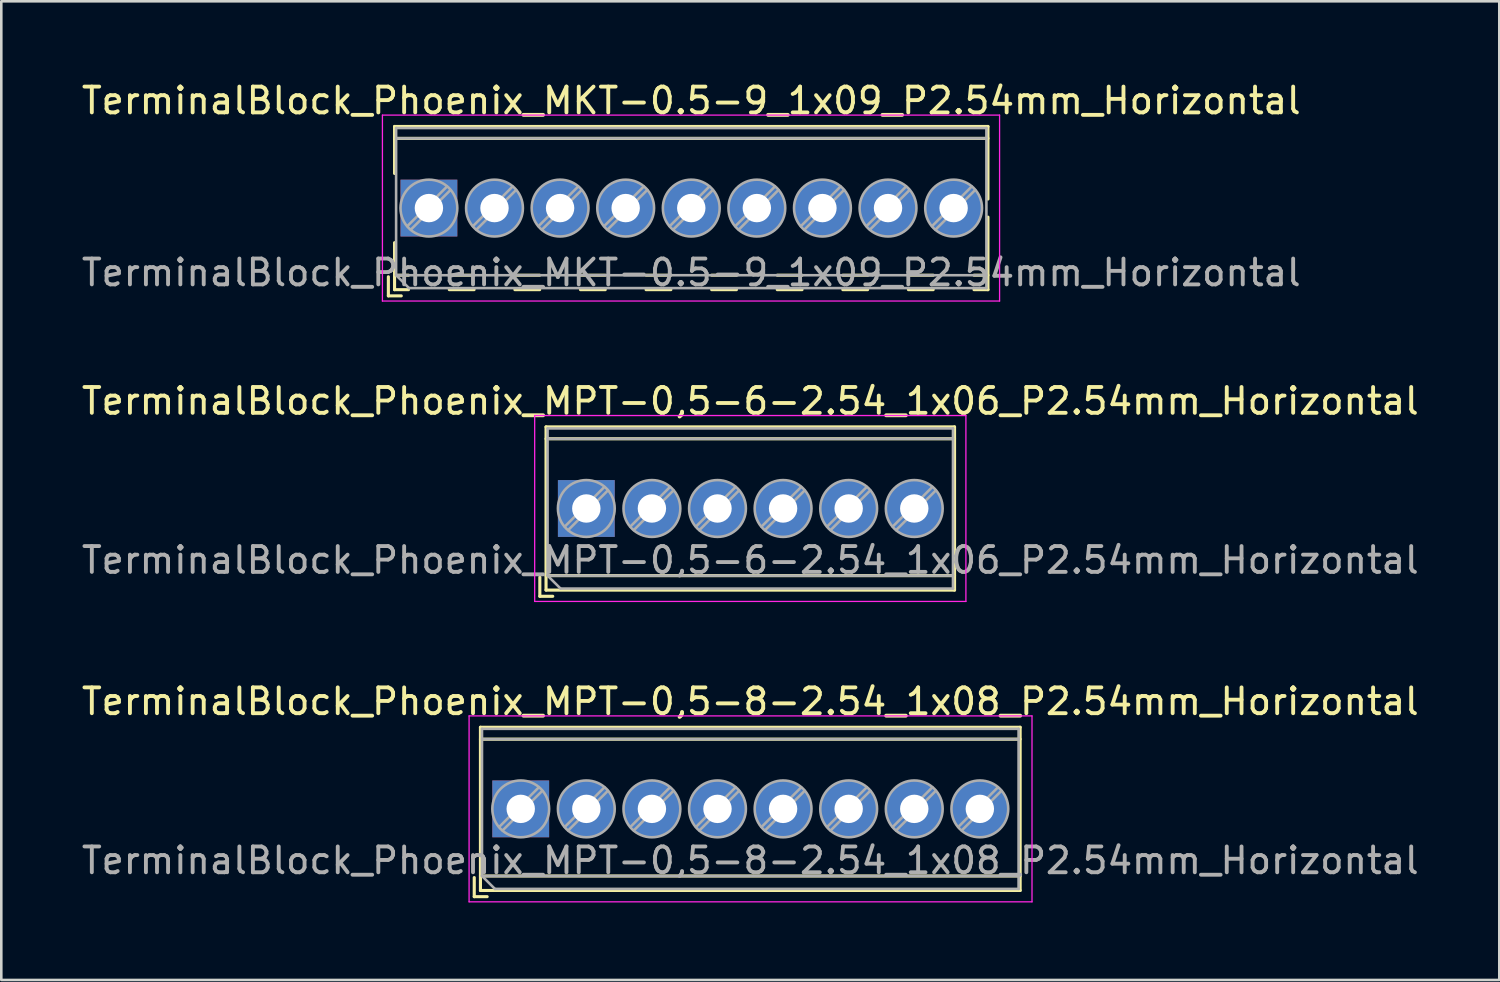
<source format=kicad_pcb>
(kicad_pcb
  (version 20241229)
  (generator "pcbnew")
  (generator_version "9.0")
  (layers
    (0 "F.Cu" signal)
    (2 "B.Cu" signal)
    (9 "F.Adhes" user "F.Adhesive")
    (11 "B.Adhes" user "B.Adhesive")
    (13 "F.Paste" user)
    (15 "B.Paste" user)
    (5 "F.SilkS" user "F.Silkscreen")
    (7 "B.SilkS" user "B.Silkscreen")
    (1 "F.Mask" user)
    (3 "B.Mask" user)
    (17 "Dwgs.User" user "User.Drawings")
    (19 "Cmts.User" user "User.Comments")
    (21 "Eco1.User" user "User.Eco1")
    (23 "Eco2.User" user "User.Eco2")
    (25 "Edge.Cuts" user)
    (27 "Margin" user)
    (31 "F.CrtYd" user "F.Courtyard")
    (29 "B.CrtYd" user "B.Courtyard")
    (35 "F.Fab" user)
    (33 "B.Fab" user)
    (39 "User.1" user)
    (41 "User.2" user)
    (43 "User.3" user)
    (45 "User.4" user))
  (footprint "TerminalBlock_Phoenix_MKT-0.5-9_1x09_P2.54mm_Horizontal"
    (layer "F.Cu")
    (at 13.56 5.008)
    (property "Reference" "TerminalBlock_Phoenix_MKT-0.5-9_1x09_P2.54mm_Horizontal" (at 10.16 -4.16 0) (layer "F.SilkS") (effects (font (size 1 1) (thickness 0.15))))
    (attr through_hole)
    (fp_line (start -1.57 2.66) (end -1.57 3.4) (stroke (width 0.12) (type solid)) (layer "F.SilkS"))
    (fp_line (start -1.57 3.4) (end -1.07 3.4) (stroke (width 0.12) (type solid)) (layer "F.SilkS"))
    (fp_line (start -1.33 -3.16) (end -1.33 -1.34) (stroke (width 0.12) (type solid)) (layer "F.SilkS"))
    (fp_line (start -1.33 -3.16) (end 21.65 -3.16) (stroke (width 0.12) (type solid)) (layer "F.SilkS"))
    (fp_line (start -1.33 -2.7) (end 21.65 -2.7) (stroke (width 0.12) (type solid)) (layer "F.SilkS"))
    (fp_line (start -1.33 1.34) (end -1.33 3.16) (stroke (width 0.12) (type solid)) (layer "F.SilkS"))
    (fp_line (start -1.33 2.6) (end -0.79 2.6) (stroke (width 0.12) (type solid)) (layer "F.SilkS"))
    (fp_line (start -1.33 3.16) (end -0.79 3.16) (stroke (width 0.12) (type solid)) (layer "F.SilkS"))
    (fp_line (start 0.79 2.6) (end 1.75 2.6) (stroke (width 0.12) (type solid)) (layer "F.SilkS"))
    (fp_line (start 0.79 3.16) (end 1.75 3.16) (stroke (width 0.12) (type solid)) (layer "F.SilkS"))
    (fp_line (start 3.33 2.6) (end 4.29 2.6) (stroke (width 0.12) (type solid)) (layer "F.SilkS"))
    (fp_line (start 3.33 3.16) (end 4.29 3.16) (stroke (width 0.12) (type solid)) (layer "F.SilkS"))
    (fp_line (start 5.87 2.6) (end 6.83 2.6) (stroke (width 0.12) (type solid)) (layer "F.SilkS"))
    (fp_line (start 5.87 3.16) (end 6.83 3.16) (stroke (width 0.12) (type solid)) (layer "F.SilkS"))
    (fp_line (start 8.41 2.6) (end 9.37 2.6) (stroke (width 0.12) (type solid)) (layer "F.SilkS"))
    (fp_line (start 8.41 3.16) (end 9.37 3.16) (stroke (width 0.12) (type solid)) (layer "F.SilkS"))
    (fp_line (start 10.95 2.6) (end 11.91 2.6) (stroke (width 0.12) (type solid)) (layer "F.SilkS"))
    (fp_line (start 10.95 3.16) (end 11.91 3.16) (stroke (width 0.12) (type solid)) (layer "F.SilkS"))
    (fp_line (start 13.49 2.6) (end 14.45 2.6) (stroke (width 0.12) (type solid)) (layer "F.SilkS"))
    (fp_line (start 13.49 3.16) (end 14.45 3.16) (stroke (width 0.12) (type solid)) (layer "F.SilkS"))
    (fp_line (start 16.03 2.6) (end 16.99 2.6) (stroke (width 0.12) (type solid)) (layer "F.SilkS"))
    (fp_line (start 16.03 3.16) (end 16.99 3.16) (stroke (width 0.12) (type solid)) (layer "F.SilkS"))
    (fp_line (start 18.57 2.6) (end 19.53 2.6) (stroke (width 0.12) (type solid)) (layer "F.SilkS"))
    (fp_line (start 18.57 3.16) (end 19.53 3.16) (stroke (width 0.12) (type solid)) (layer "F.SilkS"))
    (fp_line (start 21.11 2.6) (end 21.65 2.6) (stroke (width 0.12) (type solid)) (layer "F.SilkS"))
    (fp_line (start 21.11 3.16) (end 21.65 3.16) (stroke (width 0.12) (type solid)) (layer "F.SilkS"))
    (fp_line (start 21.65 -3.16) (end 21.65 -0.35) (stroke (width 0.12) (type solid)) (layer "F.SilkS"))
    (fp_line (start 21.65 0.35) (end 21.65 3.16) (stroke (width 0.12) (type solid)) (layer "F.SilkS"))
    (fp_line (start -1.8 -3.6) (end -1.8 3.6) (stroke (width 0.05) (type solid)) (layer "F.CrtYd"))
    (fp_line (start -1.8 3.6) (end 22.1 3.6) (stroke (width 0.05) (type solid)) (layer "F.CrtYd"))
    (fp_line (start 22.1 -3.6) (end -1.8 -3.6) (stroke (width 0.05) (type solid)) (layer "F.CrtYd"))
    (fp_line (start 22.1 3.6) (end 22.1 -3.6) (stroke (width 0.05) (type solid)) (layer "F.CrtYd"))
    (fp_line (start -1.27 -3.1) (end 21.59 -3.1) (stroke (width 0.1) (type solid)) (layer "F.Fab"))
    (fp_line (start -1.27 -2.7) (end 21.59 -2.7) (stroke (width 0.1) (type solid)) (layer "F.Fab"))
    (fp_line (start -1.27 2.6) (end -1.27 -3.1) (stroke (width 0.1) (type solid)) (layer "F.Fab"))
    (fp_line (start -1.27 2.6) (end 21.59 2.6) (stroke (width 0.1) (type solid)) (layer "F.Fab"))
    (fp_line (start -0.77 3.1) (end -1.27 2.6) (stroke (width 0.1) (type solid)) (layer "F.Fab"))
    (fp_line (start 0.701 -0.835) (end -0.835 0.7) (stroke (width 0.1) (type solid)) (layer "F.Fab"))
    (fp_line (start 0.835 -0.7) (end -0.701 0.835) (stroke (width 0.1) (type solid)) (layer "F.Fab"))
    (fp_line (start 3.241 -0.835) (end 1.706 0.7) (stroke (width 0.1) (type solid)) (layer "F.Fab"))
    (fp_line (start 3.375 -0.7) (end 1.84 0.835) (stroke (width 0.1) (type solid)) (layer "F.Fab"))
    (fp_line (start 5.781 -0.835) (end 4.246 0.7) (stroke (width 0.1) (type solid)) (layer "F.Fab"))
    (fp_line (start 5.915 -0.7) (end 4.38 0.835) (stroke (width 0.1) (type solid)) (layer "F.Fab"))
    (fp_line (start 8.321 -0.835) (end 6.786 0.7) (stroke (width 0.1) (type solid)) (layer "F.Fab"))
    (fp_line (start 8.455 -0.7) (end 6.92 0.835) (stroke (width 0.1) (type solid)) (layer "F.Fab"))
    (fp_line (start 10.861 -0.835) (end 9.326 0.7) (stroke (width 0.1) (type solid)) (layer "F.Fab"))
    (fp_line (start 10.995 -0.7) (end 9.46 0.835) (stroke (width 0.1) (type solid)) (layer "F.Fab"))
    (fp_line (start 13.401 -0.835) (end 11.866 0.7) (stroke (width 0.1) (type solid)) (layer "F.Fab"))
    (fp_line (start 13.535 -0.7) (end 12 0.835) (stroke (width 0.1) (type solid)) (layer "F.Fab"))
    (fp_line (start 15.941 -0.835) (end 14.406 0.7) (stroke (width 0.1) (type solid)) (layer "F.Fab"))
    (fp_line (start 16.075 -0.7) (end 14.54 0.835) (stroke (width 0.1) (type solid)) (layer "F.Fab"))
    (fp_line (start 18.481 -0.835) (end 16.946 0.7) (stroke (width 0.1) (type solid)) (layer "F.Fab"))
    (fp_line (start 18.615 -0.7) (end 17.08 0.835) (stroke (width 0.1) (type solid)) (layer "F.Fab"))
    (fp_line (start 21.021 -0.835) (end 19.486 0.7) (stroke (width 0.1) (type solid)) (layer "F.Fab"))
    (fp_line (start 21.155 -0.7) (end 19.62 0.835) (stroke (width 0.1) (type solid)) (layer "F.Fab"))
    (fp_line (start 21.59 -3.1) (end 21.59 3.1) (stroke (width 0.1) (type solid)) (layer "F.Fab"))
    (fp_line (start 21.59 3.1) (end -0.77 3.1) (stroke (width 0.1) (type solid)) (layer "F.Fab"))
    (fp_circle (center 0 0) (end 1.1 0) (stroke (width 0.1) (type solid)) (fill no) (layer "F.Fab"))
    (fp_circle (center 2.54 0) (end 3.64 0) (stroke (width 0.1) (type solid)) (fill no) (layer "F.Fab"))
    (fp_circle (center 5.08 0) (end 6.18 0) (stroke (width 0.1) (type solid)) (fill no) (layer "F.Fab"))
    (fp_circle (center 7.62 0) (end 8.72 0) (stroke (width 0.1) (type solid)) (fill no) (layer "F.Fab"))
    (fp_circle (center 10.16 0) (end 11.26 0) (stroke (width 0.1) (type solid)) (fill no) (layer "F.Fab"))
    (fp_circle (center 12.7 0) (end 13.8 0) (stroke (width 0.1) (type solid)) (fill no) (layer "F.Fab"))
    (fp_circle (center 15.24 0) (end 16.34 0) (stroke (width 0.1) (type solid)) (fill no) (layer "F.Fab"))
    (fp_circle (center 17.78 0) (end 18.88 0) (stroke (width 0.1) (type solid)) (fill no) (layer "F.Fab"))
    (fp_circle (center 20.32 0) (end 21.42 0) (stroke (width 0.1) (type solid)) (fill no) (layer "F.Fab"))
    (fp_text user "${REFERENCE}" (at 10.16 2.5 0) (layer "F.Fab") (effects (font (size 1 1) (thickness 0.15))))
    (pad "" np_thru_hole rect (at 0 2.54) (size 0.001 0.001) (drill 1.1) (layers "*.Cu" "*.Mask"))
    (pad "" np_thru_hole circle (at 2.54 2.54) (size 0.001 0.001) (drill 1.1) (layers "*.Cu" "*.Mask"))
    (pad "" np_thru_hole circle (at 5.08 2.54) (size 0.001 0.001) (drill 1.1) (layers "*.Cu" "*.Mask"))
    (pad "" np_thru_hole circle (at 7.62 2.54) (size 0.001 0.001) (drill 1.1) (layers "*.Cu" "*.Mask"))
    (pad "" np_thru_hole circle (at 10.16 2.54) (size 0.001 0.001) (drill 1.1) (layers "*.Cu" "*.Mask"))
    (pad "" np_thru_hole circle (at 12.7 2.54) (size 0.001 0.001) (drill 1.1) (layers "*.Cu" "*.Mask"))
    (pad "" np_thru_hole circle (at 15.24 2.54) (size 0.001 0.001) (drill 1.1) (layers "*.Cu" "*.Mask"))
    (pad "" np_thru_hole circle (at 17.78 2.54) (size 0.001 0.001) (drill 1.1) (layers "*.Cu" "*.Mask"))
    (pad "" np_thru_hole circle (at 20.32 2.54) (size 0.001 0.001) (drill 1.1) (layers "*.Cu" "*.Mask"))
    (pad "1" thru_hole rect (at 0 0) (size 2.2 2.2) (drill 1.1) (layers "*.Cu" "*.Mask"))
    (pad "2" thru_hole circle (at 2.54 0) (size 2.2 2.2) (drill 1.1) (layers "*.Cu" "*.Mask"))
    (pad "3" thru_hole circle (at 5.08 0) (size 2.2 2.2) (drill 1.1) (layers "*.Cu" "*.Mask"))
    (pad "4" thru_hole circle (at 7.62 0) (size 2.2 2.2) (drill 1.1) (layers "*.Cu" "*.Mask"))
    (pad "5" thru_hole circle (at 10.16 0) (size 2.2 2.2) (drill 1.1) (layers "*.Cu" "*.Mask"))
    (pad "6" thru_hole circle (at 12.7 0) (size 2.2 2.2) (drill 1.1) (layers "*.Cu" "*.Mask"))
    (pad "7" thru_hole circle (at 15.24 0) (size 2.2 2.2) (drill 1.1) (layers "*.Cu" "*.Mask"))
    (pad "8" thru_hole circle (at 17.78 0) (size 2.2 2.2) (drill 1.1) (layers "*.Cu" "*.Mask"))
    (pad "9" thru_hole circle (at 20.32 0) (size 2.2 2.2) (drill 1.1) (layers "*.Cu" "*.Mask")))
  (footprint "TerminalBlock_Phoenix_MPT-0,5-8-2.54_1x08_P2.54mm_Horizontal"
    (layer "F.Cu")
    (at 17.116 28.275)
    (property "Reference" "TerminalBlock_Phoenix_MPT-0,5-8-2.54_1x08_P2.54mm_Horizontal" (at 8.89 -4.16 0) (layer "F.SilkS") (effects (font (size 1 1) (thickness 0.15))))
    (attr through_hole)
    (fp_line (start -1.8 2.66) (end -1.8 3.4) (stroke (width 0.12) (type solid)) (layer "F.SilkS"))
    (fp_line (start -1.8 3.4) (end -1.3 3.4) (stroke (width 0.12) (type solid)) (layer "F.SilkS"))
    (fp_line (start -1.56 -3.16) (end -1.56 3.16) (stroke (width 0.12) (type solid)) (layer "F.SilkS"))
    (fp_line (start -1.56 -3.16) (end 19.341 -3.16) (stroke (width 0.12) (type solid)) (layer "F.SilkS"))
    (fp_line (start -1.56 -2.7) (end 19.341 -2.7) (stroke (width 0.12) (type solid)) (layer "F.SilkS"))
    (fp_line (start -1.56 2.6) (end 19.341 2.6) (stroke (width 0.12) (type solid)) (layer "F.SilkS"))
    (fp_line (start -1.56 3.16) (end 19.341 3.16) (stroke (width 0.12) (type solid)) (layer "F.SilkS"))
    (fp_line (start 19.341 -3.16) (end 19.341 3.16) (stroke (width 0.12) (type solid)) (layer "F.SilkS"))
    (fp_line (start -2 -3.6) (end -2 3.6) (stroke (width 0.05) (type solid)) (layer "F.CrtYd"))
    (fp_line (start -2 3.6) (end 19.8 3.6) (stroke (width 0.05) (type solid)) (layer "F.CrtYd"))
    (fp_line (start 19.8 -3.6) (end -2 -3.6) (stroke (width 0.05) (type solid)) (layer "F.CrtYd"))
    (fp_line (start 19.8 3.6) (end 19.8 -3.6) (stroke (width 0.05) (type solid)) (layer "F.CrtYd"))
    (fp_line (start -1.5 -3.1) (end 19.28 -3.1) (stroke (width 0.1) (type solid)) (layer "F.Fab"))
    (fp_line (start -1.5 -2.7) (end 19.28 -2.7) (stroke (width 0.1) (type solid)) (layer "F.Fab"))
    (fp_line (start -1.5 2.6) (end -1.5 -3.1) (stroke (width 0.1) (type solid)) (layer "F.Fab"))
    (fp_line (start -1.5 2.6) (end 19.28 2.6) (stroke (width 0.1) (type solid)) (layer "F.Fab"))
    (fp_line (start -1 3.1) (end -1.5 2.6) (stroke (width 0.1) (type solid)) (layer "F.Fab"))
    (fp_line (start 0.701 -0.835) (end -0.835 0.7) (stroke (width 0.1) (type solid)) (layer "F.Fab"))
    (fp_line (start 0.835 -0.7) (end -0.701 0.835) (stroke (width 0.1) (type solid)) (layer "F.Fab"))
    (fp_line (start 3.241 -0.835) (end 1.706 0.7) (stroke (width 0.1) (type solid)) (layer "F.Fab"))
    (fp_line (start 3.375 -0.7) (end 1.84 0.835) (stroke (width 0.1) (type solid)) (layer "F.Fab"))
    (fp_line (start 5.781 -0.835) (end 4.246 0.7) (stroke (width 0.1) (type solid)) (layer "F.Fab"))
    (fp_line (start 5.915 -0.7) (end 4.38 0.835) (stroke (width 0.1) (type solid)) (layer "F.Fab"))
    (fp_line (start 8.321 -0.835) (end 6.786 0.7) (stroke (width 0.1) (type solid)) (layer "F.Fab"))
    (fp_line (start 8.455 -0.7) (end 6.92 0.835) (stroke (width 0.1) (type solid)) (layer "F.Fab"))
    (fp_line (start 10.861 -0.835) (end 9.326 0.7) (stroke (width 0.1) (type solid)) (layer "F.Fab"))
    (fp_line (start 10.995 -0.7) (end 9.46 0.835) (stroke (width 0.1) (type solid)) (layer "F.Fab"))
    (fp_line (start 13.401 -0.835) (end 11.866 0.7) (stroke (width 0.1) (type solid)) (layer "F.Fab"))
    (fp_line (start 13.535 -0.7) (end 12 0.835) (stroke (width 0.1) (type solid)) (layer "F.Fab"))
    (fp_line (start 15.941 -0.835) (end 14.406 0.7) (stroke (width 0.1) (type solid)) (layer "F.Fab"))
    (fp_line (start 16.075 -0.7) (end 14.54 0.835) (stroke (width 0.1) (type solid)) (layer "F.Fab"))
    (fp_line (start 18.481 -0.835) (end 16.946 0.7) (stroke (width 0.1) (type solid)) (layer "F.Fab"))
    (fp_line (start 18.615 -0.7) (end 17.08 0.835) (stroke (width 0.1) (type solid)) (layer "F.Fab"))
    (fp_line (start 19.28 -3.1) (end 19.28 3.1) (stroke (width 0.1) (type solid)) (layer "F.Fab"))
    (fp_line (start 19.28 3.1) (end -1 3.1) (stroke (width 0.1) (type solid)) (layer "F.Fab"))
    (fp_circle (center 0 0) (end 1.1 0) (stroke (width 0.1) (type solid)) (fill no) (layer "F.Fab"))
    (fp_circle (center 2.54 0) (end 3.64 0) (stroke (width 0.1) (type solid)) (fill no) (layer "F.Fab"))
    (fp_circle (center 5.08 0) (end 6.18 0) (stroke (width 0.1) (type solid)) (fill no) (layer "F.Fab"))
    (fp_circle (center 7.62 0) (end 8.72 0) (stroke (width 0.1) (type solid)) (fill no) (layer "F.Fab"))
    (fp_circle (center 10.16 0) (end 11.26 0) (stroke (width 0.1) (type solid)) (fill no) (layer "F.Fab"))
    (fp_circle (center 12.7 0) (end 13.8 0) (stroke (width 0.1) (type solid)) (fill no) (layer "F.Fab"))
    (fp_circle (center 15.24 0) (end 16.34 0) (stroke (width 0.1) (type solid)) (fill no) (layer "F.Fab"))
    (fp_circle (center 17.78 0) (end 18.88 0) (stroke (width 0.1) (type solid)) (fill no) (layer "F.Fab"))
    (fp_text user "${REFERENCE}" (at 8.89 2 0) (layer "F.Fab") (effects (font (size 1 1) (thickness 0.15))))
    (pad "1" thru_hole rect (at 0 0) (size 2.2 2.2) (drill 1.1) (layers "*.Cu" "*.Mask"))
    (pad "2" thru_hole circle (at 2.54 0) (size 2.2 2.2) (drill 1.1) (layers "*.Cu" "*.Mask"))
    (pad "3" thru_hole circle (at 5.08 0) (size 2.2 2.2) (drill 1.1) (layers "*.Cu" "*.Mask"))
    (pad "4" thru_hole circle (at 7.62 0) (size 2.2 2.2) (drill 1.1) (layers "*.Cu" "*.Mask"))
    (pad "5" thru_hole circle (at 10.16 0) (size 2.2 2.2) (drill 1.1) (layers "*.Cu" "*.Mask"))
    (pad "6" thru_hole circle (at 12.7 0) (size 2.2 2.2) (drill 1.1) (layers "*.Cu" "*.Mask"))
    (pad "7" thru_hole circle (at 15.24 0) (size 2.2 2.2) (drill 1.1) (layers "*.Cu" "*.Mask"))
    (pad "8" thru_hole circle (at 17.78 0) (size 2.2 2.2) (drill 1.1) (layers "*.Cu" "*.Mask")))
  (footprint "TerminalBlock_Phoenix_MPT-0,5-6-2.54_1x06_P2.54mm_Horizontal"
    (layer "F.Cu")
    (at 19.656 16.642)
    (property "Reference" "TerminalBlock_Phoenix_MPT-0,5-6-2.54_1x06_P2.54mm_Horizontal" (at 6.35 -4.16 0) (layer "F.SilkS") (effects (font (size 1 1) (thickness 0.15))))
    (attr through_hole)
    (fp_line (start -1.8 2.66) (end -1.8 3.4) (stroke (width 0.12) (type solid)) (layer "F.SilkS"))
    (fp_line (start -1.8 3.4) (end -1.3 3.4) (stroke (width 0.12) (type solid)) (layer "F.SilkS"))
    (fp_line (start -1.56 -3.16) (end -1.56 3.16) (stroke (width 0.12) (type solid)) (layer "F.SilkS"))
    (fp_line (start -1.56 -3.16) (end 14.26 -3.16) (stroke (width 0.12) (type solid)) (layer "F.SilkS"))
    (fp_line (start -1.56 -2.7) (end 14.26 -2.7) (stroke (width 0.12) (type solid)) (layer "F.SilkS"))
    (fp_line (start -1.56 2.6) (end 14.26 2.6) (stroke (width 0.12) (type solid)) (layer "F.SilkS"))
    (fp_line (start -1.56 3.16) (end 14.26 3.16) (stroke (width 0.12) (type solid)) (layer "F.SilkS"))
    (fp_line (start 14.26 -3.16) (end 14.26 3.16) (stroke (width 0.12) (type solid)) (layer "F.SilkS"))
    (fp_line (start -2 -3.6) (end -2 3.6) (stroke (width 0.05) (type solid)) (layer "F.CrtYd"))
    (fp_line (start -2 3.6) (end 14.7 3.6) (stroke (width 0.05) (type solid)) (layer "F.CrtYd"))
    (fp_line (start 14.7 -3.6) (end -2 -3.6) (stroke (width 0.05) (type solid)) (layer "F.CrtYd"))
    (fp_line (start 14.7 3.6) (end 14.7 -3.6) (stroke (width 0.05) (type solid)) (layer "F.CrtYd"))
    (fp_line (start -1.5 -3.1) (end 14.2 -3.1) (stroke (width 0.1) (type solid)) (layer "F.Fab"))
    (fp_line (start -1.5 -2.7) (end 14.2 -2.7) (stroke (width 0.1) (type solid)) (layer "F.Fab"))
    (fp_line (start -1.5 2.6) (end -1.5 -3.1) (stroke (width 0.1) (type solid)) (layer "F.Fab"))
    (fp_line (start -1.5 2.6) (end 14.2 2.6) (stroke (width 0.1) (type solid)) (layer "F.Fab"))
    (fp_line (start -1 3.1) (end -1.5 2.6) (stroke (width 0.1) (type solid)) (layer "F.Fab"))
    (fp_line (start 0.701 -0.835) (end -0.835 0.7) (stroke (width 0.1) (type solid)) (layer "F.Fab"))
    (fp_line (start 0.835 -0.7) (end -0.701 0.835) (stroke (width 0.1) (type solid)) (layer "F.Fab"))
    (fp_line (start 3.241 -0.835) (end 1.706 0.7) (stroke (width 0.1) (type solid)) (layer "F.Fab"))
    (fp_line (start 3.375 -0.7) (end 1.84 0.835) (stroke (width 0.1) (type solid)) (layer "F.Fab"))
    (fp_line (start 5.781 -0.835) (end 4.246 0.7) (stroke (width 0.1) (type solid)) (layer "F.Fab"))
    (fp_line (start 5.915 -0.7) (end 4.38 0.835) (stroke (width 0.1) (type solid)) (layer "F.Fab"))
    (fp_line (start 8.321 -0.835) (end 6.786 0.7) (stroke (width 0.1) (type solid)) (layer "F.Fab"))
    (fp_line (start 8.455 -0.7) (end 6.92 0.835) (stroke (width 0.1) (type solid)) (layer "F.Fab"))
    (fp_line (start 10.861 -0.835) (end 9.326 0.7) (stroke (width 0.1) (type solid)) (layer "F.Fab"))
    (fp_line (start 10.995 -0.7) (end 9.46 0.835) (stroke (width 0.1) (type solid)) (layer "F.Fab"))
    (fp_line (start 13.401 -0.835) (end 11.866 0.7) (stroke (width 0.1) (type solid)) (layer "F.Fab"))
    (fp_line (start 13.535 -0.7) (end 12 0.835) (stroke (width 0.1) (type solid)) (layer "F.Fab"))
    (fp_line (start 14.2 -3.1) (end 14.2 3.1) (stroke (width 0.1) (type solid)) (layer "F.Fab"))
    (fp_line (start 14.2 3.1) (end -1 3.1) (stroke (width 0.1) (type solid)) (layer "F.Fab"))
    (fp_circle (center 0 0) (end 1.1 0) (stroke (width 0.1) (type solid)) (fill no) (layer "F.Fab"))
    (fp_circle (center 2.54 0) (end 3.64 0) (stroke (width 0.1) (type solid)) (fill no) (layer "F.Fab"))
    (fp_circle (center 5.08 0) (end 6.18 0) (stroke (width 0.1) (type solid)) (fill no) (layer "F.Fab"))
    (fp_circle (center 7.62 0) (end 8.72 0) (stroke (width 0.1) (type solid)) (fill no) (layer "F.Fab"))
    (fp_circle (center 10.16 0) (end 11.26 0) (stroke (width 0.1) (type solid)) (fill no) (layer "F.Fab"))
    (fp_circle (center 12.7 0) (end 13.8 0) (stroke (width 0.1) (type solid)) (fill no) (layer "F.Fab"))
    (fp_text user "${REFERENCE}" (at 6.35 2 0) (layer "F.Fab") (effects (font (size 1 1) (thickness 0.15))))
    (pad "1" thru_hole rect (at 0 0) (size 2.2 2.2) (drill 1.1) (layers "*.Cu" "*.Mask"))
    (pad "2" thru_hole circle (at 2.54 0) (size 2.2 2.2) (drill 1.1) (layers "*.Cu" "*.Mask"))
    (pad "3" thru_hole circle (at 5.08 0) (size 2.2 2.2) (drill 1.1) (layers "*.Cu" "*.Mask"))
    (pad "4" thru_hole circle (at 7.62 0) (size 2.2 2.2) (drill 1.1) (layers "*.Cu" "*.Mask"))
    (pad "5" thru_hole circle (at 10.16 0) (size 2.2 2.2) (drill 1.1) (layers "*.Cu" "*.Mask"))
    (pad "6" thru_hole circle (at 12.7 0) (size 2.2 2.2) (drill 1.1) (layers "*.Cu" "*.Mask")))
  (gr_rect
    (start -3 -3)
    (end 55.012 34.9)
    (stroke (width 0.1) (type default))
    (fill no)
    (layer "Edge.Cuts")))
</source>
